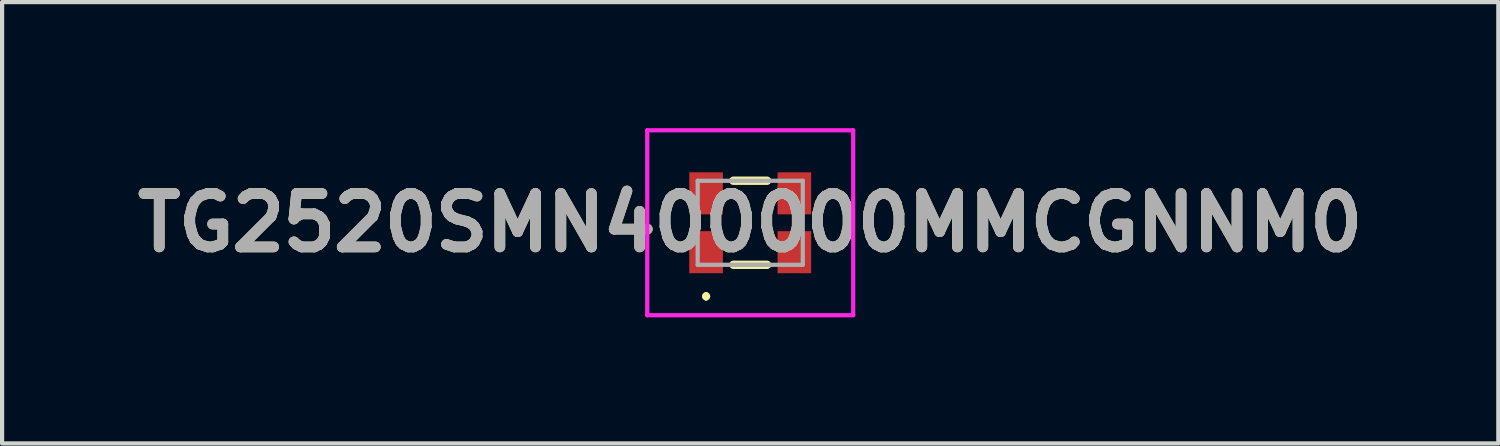
<source format=kicad_pcb>
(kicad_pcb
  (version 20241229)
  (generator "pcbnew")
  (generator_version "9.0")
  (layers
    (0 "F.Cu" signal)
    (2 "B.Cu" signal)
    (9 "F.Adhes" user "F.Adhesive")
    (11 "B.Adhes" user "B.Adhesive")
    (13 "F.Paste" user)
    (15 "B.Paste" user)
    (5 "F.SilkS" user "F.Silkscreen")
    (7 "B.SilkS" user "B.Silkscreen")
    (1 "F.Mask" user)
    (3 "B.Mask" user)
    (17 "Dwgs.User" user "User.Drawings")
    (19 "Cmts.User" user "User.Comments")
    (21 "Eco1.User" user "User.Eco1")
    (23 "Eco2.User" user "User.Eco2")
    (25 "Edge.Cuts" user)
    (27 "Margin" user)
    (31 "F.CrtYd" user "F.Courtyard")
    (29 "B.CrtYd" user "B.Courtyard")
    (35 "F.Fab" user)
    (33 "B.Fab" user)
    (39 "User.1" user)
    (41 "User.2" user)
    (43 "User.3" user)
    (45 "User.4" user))
  (footprint "TG2520SMN400000MMCGNNM0"
    (layer "F.Cu")
    (at 14.799 2.25)
    (property "Reference" "TG2520SMN400000MMCGNNM0" (at 0 0 0) (layer "F.SilkS") (effects (font (size 1.27 1.27) (thickness 0.254))))
    (attr smd)
    (fp_line (start -1.05 1.7) (end -1.05 1.7) (stroke (width 0.1) (type solid)) (layer "F.SilkS"))
    (fp_line (start -1.05 1.8) (end -1.05 1.8) (stroke (width 0.1) (type solid)) (layer "F.SilkS"))
    (fp_line (start -0.4 -1) (end 0.4 -1) (stroke (width 0.2) (type solid)) (layer "F.SilkS"))
    (fp_line (start -0.4 1) (end 0.4 1) (stroke (width 0.2) (type solid)) (layer "F.SilkS"))
    (fp_arc (start -1.05 1.7) (mid -1 1.75) (end -1.05 1.8) (stroke (width 0.1) (type solid)) (layer "F.SilkS"))
    (fp_arc (start -1.05 1.8) (mid -1.1 1.75) (end -1.05 1.7) (stroke (width 0.1) (type solid)) (layer "F.SilkS"))
    (fp_line (start -2.45 -2.2) (end 2.45 -2.2) (stroke (width 0.1) (type solid)) (layer "F.CrtYd"))
    (fp_line (start -2.45 2.2) (end -2.45 -2.2) (stroke (width 0.1) (type solid)) (layer "F.CrtYd"))
    (fp_line (start 2.45 -2.2) (end 2.45 2.2) (stroke (width 0.1) (type solid)) (layer "F.CrtYd"))
    (fp_line (start 2.45 2.2) (end -2.45 2.2) (stroke (width 0.1) (type solid)) (layer "F.CrtYd"))
    (fp_line (start -1.25 -1) (end 1.25 -1) (stroke (width 0.1) (type solid)) (layer "F.Fab"))
    (fp_line (start -1.25 1) (end -1.25 -1) (stroke (width 0.1) (type solid)) (layer "F.Fab"))
    (fp_line (start 1.25 -1) (end 1.25 1) (stroke (width 0.1) (type solid)) (layer "F.Fab"))
    (fp_line (start 1.25 1) (end -1.25 1) (stroke (width 0.1) (type solid)) (layer "F.Fab"))
    (fp_text user "${REFERENCE}" (at 0 0 0) (layer "F.Fab") (effects (font (size 1.27 1.27) (thickness 0.254))))
    (pad "1" smd rect (at -1.05 0.7) (size 0.8 1) (layers "F.Cu" "F.Mask" "F.Paste"))
    (pad "2" smd rect (at 1.05 0.7) (size 0.8 1) (layers "F.Cu" "F.Mask" "F.Paste"))
    (pad "3" smd rect (at 1.05 -0.7) (size 0.8 1) (layers "F.Cu" "F.Mask" "F.Paste"))
    (pad "4" smd rect (at -1.05 -0.7) (size 0.8 1) (layers "F.Cu" "F.Mask" "F.Paste")))
  (gr_rect
    (start -3 -3)
    (end 32.597 7.5)
    (stroke (width 0.1) (type default))
    (fill no)
    (layer "Edge.Cuts")))
</source>
